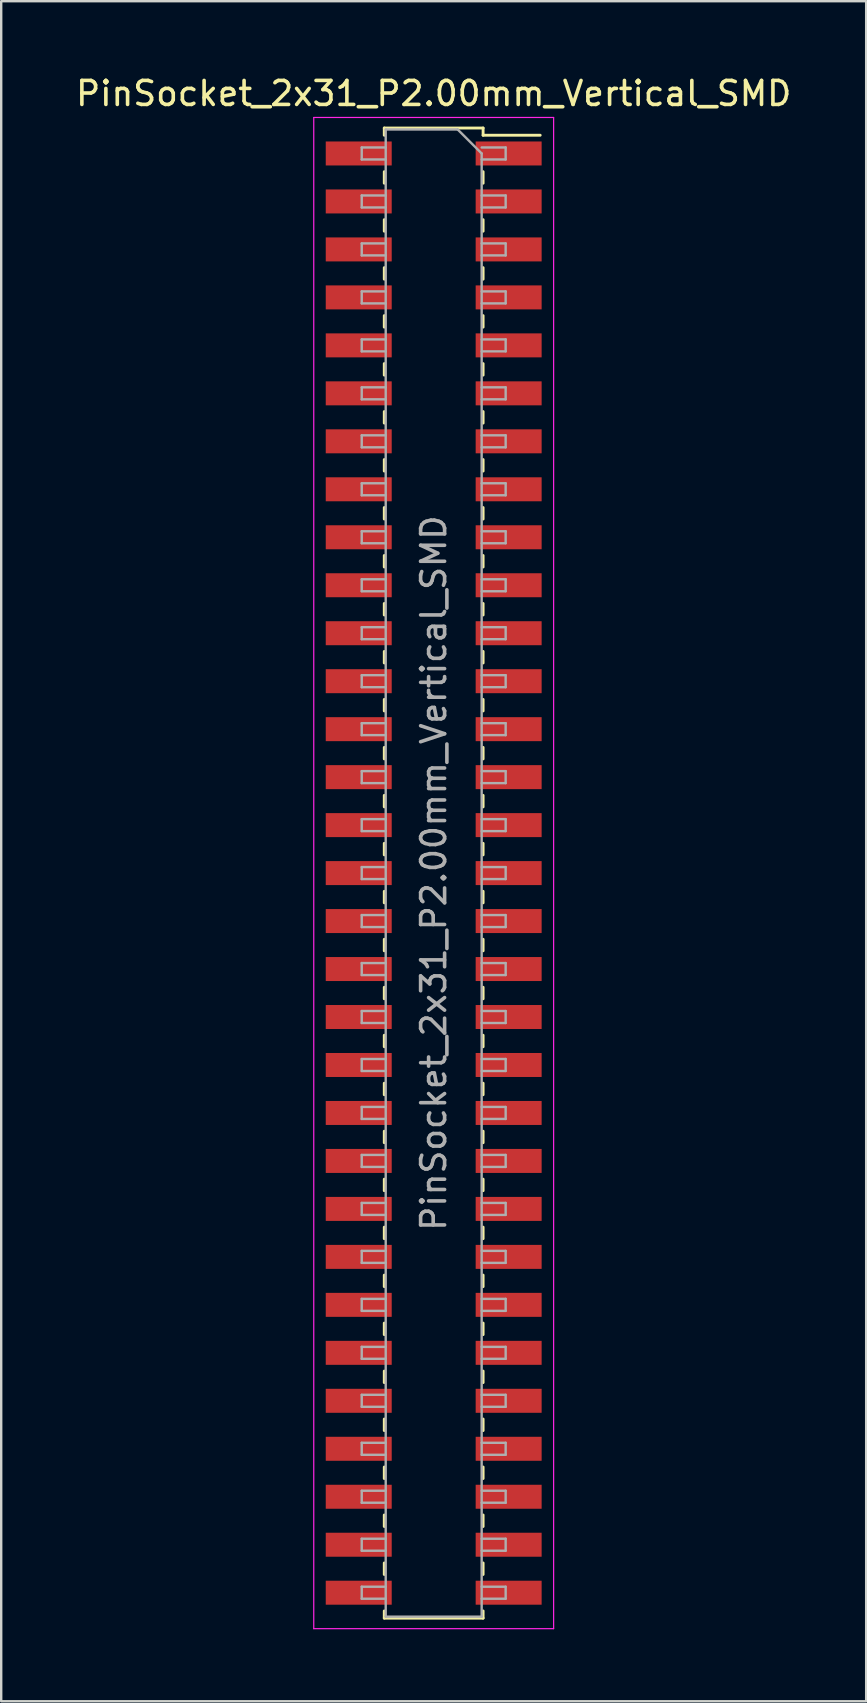
<source format=kicad_pcb>
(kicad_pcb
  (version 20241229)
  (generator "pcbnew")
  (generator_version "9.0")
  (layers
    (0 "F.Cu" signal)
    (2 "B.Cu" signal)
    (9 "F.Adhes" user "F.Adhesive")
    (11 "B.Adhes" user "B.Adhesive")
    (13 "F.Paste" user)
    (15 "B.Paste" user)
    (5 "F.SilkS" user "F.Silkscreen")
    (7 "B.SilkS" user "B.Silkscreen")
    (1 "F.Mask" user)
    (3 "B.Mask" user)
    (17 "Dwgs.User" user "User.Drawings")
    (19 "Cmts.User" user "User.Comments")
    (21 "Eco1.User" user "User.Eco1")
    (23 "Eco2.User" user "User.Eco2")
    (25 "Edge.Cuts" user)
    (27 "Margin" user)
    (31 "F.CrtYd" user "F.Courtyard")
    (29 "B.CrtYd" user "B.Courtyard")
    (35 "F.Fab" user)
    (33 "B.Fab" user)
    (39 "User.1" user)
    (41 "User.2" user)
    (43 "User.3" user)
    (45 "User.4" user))
  (footprint "PinSocket_2x31_P2.00mm_Vertical_SMD"
    (layer "F.Cu")
    (at 15.03 33.348)
    (property "Reference" "PinSocket_2x31_P2.00mm_Vertical_SMD" (at 0 -32.5 0) (layer "F.SilkS") (effects (font (size 1 1) (thickness 0.15))))
    (attr smd)
    (fp_line (start -2.06 -31.06) (end -2.06 -30.76) (stroke (width 0.12) (type solid)) (layer "F.SilkS"))
    (fp_line (start -2.06 -31.06) (end 2.06 -31.06) (stroke (width 0.12) (type solid)) (layer "F.SilkS"))
    (fp_line (start -2.06 -29.24) (end -2.06 -28.76) (stroke (width 0.12) (type solid)) (layer "F.SilkS"))
    (fp_line (start -2.06 -27.24) (end -2.06 -26.76) (stroke (width 0.12) (type solid)) (layer "F.SilkS"))
    (fp_line (start -2.06 -25.24) (end -2.06 -24.76) (stroke (width 0.12) (type solid)) (layer "F.SilkS"))
    (fp_line (start -2.06 -23.24) (end -2.06 -22.76) (stroke (width 0.12) (type solid)) (layer "F.SilkS"))
    (fp_line (start -2.06 -21.24) (end -2.06 -20.76) (stroke (width 0.12) (type solid)) (layer "F.SilkS"))
    (fp_line (start -2.06 -19.24) (end -2.06 -18.76) (stroke (width 0.12) (type solid)) (layer "F.SilkS"))
    (fp_line (start -2.06 -17.24) (end -2.06 -16.76) (stroke (width 0.12) (type solid)) (layer "F.SilkS"))
    (fp_line (start -2.06 -15.24) (end -2.06 -14.76) (stroke (width 0.12) (type solid)) (layer "F.SilkS"))
    (fp_line (start -2.06 -13.24) (end -2.06 -12.76) (stroke (width 0.12) (type solid)) (layer "F.SilkS"))
    (fp_line (start -2.06 -11.24) (end -2.06 -10.76) (stroke (width 0.12) (type solid)) (layer "F.SilkS"))
    (fp_line (start -2.06 -9.24) (end -2.06 -8.76) (stroke (width 0.12) (type solid)) (layer "F.SilkS"))
    (fp_line (start -2.06 -7.24) (end -2.06 -6.76) (stroke (width 0.12) (type solid)) (layer "F.SilkS"))
    (fp_line (start -2.06 -5.24) (end -2.06 -4.76) (stroke (width 0.12) (type solid)) (layer "F.SilkS"))
    (fp_line (start -2.06 -3.24) (end -2.06 -2.76) (stroke (width 0.12) (type solid)) (layer "F.SilkS"))
    (fp_line (start -2.06 -1.24) (end -2.06 -0.76) (stroke (width 0.12) (type solid)) (layer "F.SilkS"))
    (fp_line (start -2.06 0.76) (end -2.06 1.24) (stroke (width 0.12) (type solid)) (layer "F.SilkS"))
    (fp_line (start -2.06 2.76) (end -2.06 3.24) (stroke (width 0.12) (type solid)) (layer "F.SilkS"))
    (fp_line (start -2.06 4.76) (end -2.06 5.24) (stroke (width 0.12) (type solid)) (layer "F.SilkS"))
    (fp_line (start -2.06 6.76) (end -2.06 7.24) (stroke (width 0.12) (type solid)) (layer "F.SilkS"))
    (fp_line (start -2.06 8.76) (end -2.06 9.24) (stroke (width 0.12) (type solid)) (layer "F.SilkS"))
    (fp_line (start -2.06 10.76) (end -2.06 11.24) (stroke (width 0.12) (type solid)) (layer "F.SilkS"))
    (fp_line (start -2.06 12.76) (end -2.06 13.24) (stroke (width 0.12) (type solid)) (layer "F.SilkS"))
    (fp_line (start -2.06 14.76) (end -2.06 15.24) (stroke (width 0.12) (type solid)) (layer "F.SilkS"))
    (fp_line (start -2.06 16.76) (end -2.06 17.24) (stroke (width 0.12) (type solid)) (layer "F.SilkS"))
    (fp_line (start -2.06 18.76) (end -2.06 19.24) (stroke (width 0.12) (type solid)) (layer "F.SilkS"))
    (fp_line (start -2.06 20.76) (end -2.06 21.24) (stroke (width 0.12) (type solid)) (layer "F.SilkS"))
    (fp_line (start -2.06 22.76) (end -2.06 23.24) (stroke (width 0.12) (type solid)) (layer "F.SilkS"))
    (fp_line (start -2.06 24.76) (end -2.06 25.24) (stroke (width 0.12) (type solid)) (layer "F.SilkS"))
    (fp_line (start -2.06 26.76) (end -2.06 27.24) (stroke (width 0.12) (type solid)) (layer "F.SilkS"))
    (fp_line (start -2.06 28.76) (end -2.06 29.24) (stroke (width 0.12) (type solid)) (layer "F.SilkS"))
    (fp_line (start -2.06 30.76) (end -2.06 31.06) (stroke (width 0.12) (type solid)) (layer "F.SilkS"))
    (fp_line (start -2.06 31.06) (end 2.06 31.06) (stroke (width 0.12) (type solid)) (layer "F.SilkS"))
    (fp_line (start 2.06 -31.06) (end 2.06 -30.76) (stroke (width 0.12) (type solid)) (layer "F.SilkS"))
    (fp_line (start 2.06 -30.76) (end 4.44 -30.76) (stroke (width 0.12) (type solid)) (layer "F.SilkS"))
    (fp_line (start 2.06 -29.24) (end 2.06 -28.76) (stroke (width 0.12) (type solid)) (layer "F.SilkS"))
    (fp_line (start 2.06 -27.24) (end 2.06 -26.76) (stroke (width 0.12) (type solid)) (layer "F.SilkS"))
    (fp_line (start 2.06 -25.24) (end 2.06 -24.76) (stroke (width 0.12) (type solid)) (layer "F.SilkS"))
    (fp_line (start 2.06 -23.24) (end 2.06 -22.76) (stroke (width 0.12) (type solid)) (layer "F.SilkS"))
    (fp_line (start 2.06 -21.24) (end 2.06 -20.76) (stroke (width 0.12) (type solid)) (layer "F.SilkS"))
    (fp_line (start 2.06 -19.24) (end 2.06 -18.76) (stroke (width 0.12) (type solid)) (layer "F.SilkS"))
    (fp_line (start 2.06 -17.24) (end 2.06 -16.76) (stroke (width 0.12) (type solid)) (layer "F.SilkS"))
    (fp_line (start 2.06 -15.24) (end 2.06 -14.76) (stroke (width 0.12) (type solid)) (layer "F.SilkS"))
    (fp_line (start 2.06 -13.24) (end 2.06 -12.76) (stroke (width 0.12) (type solid)) (layer "F.SilkS"))
    (fp_line (start 2.06 -11.24) (end 2.06 -10.76) (stroke (width 0.12) (type solid)) (layer "F.SilkS"))
    (fp_line (start 2.06 -9.24) (end 2.06 -8.76) (stroke (width 0.12) (type solid)) (layer "F.SilkS"))
    (fp_line (start 2.06 -7.24) (end 2.06 -6.76) (stroke (width 0.12) (type solid)) (layer "F.SilkS"))
    (fp_line (start 2.06 -5.24) (end 2.06 -4.76) (stroke (width 0.12) (type solid)) (layer "F.SilkS"))
    (fp_line (start 2.06 -3.24) (end 2.06 -2.76) (stroke (width 0.12) (type solid)) (layer "F.SilkS"))
    (fp_line (start 2.06 -1.24) (end 2.06 -0.76) (stroke (width 0.12) (type solid)) (layer "F.SilkS"))
    (fp_line (start 2.06 0.76) (end 2.06 1.24) (stroke (width 0.12) (type solid)) (layer "F.SilkS"))
    (fp_line (start 2.06 2.76) (end 2.06 3.24) (stroke (width 0.12) (type solid)) (layer "F.SilkS"))
    (fp_line (start 2.06 4.76) (end 2.06 5.24) (stroke (width 0.12) (type solid)) (layer "F.SilkS"))
    (fp_line (start 2.06 6.76) (end 2.06 7.24) (stroke (width 0.12) (type solid)) (layer "F.SilkS"))
    (fp_line (start 2.06 8.76) (end 2.06 9.24) (stroke (width 0.12) (type solid)) (layer "F.SilkS"))
    (fp_line (start 2.06 10.76) (end 2.06 11.24) (stroke (width 0.12) (type solid)) (layer "F.SilkS"))
    (fp_line (start 2.06 12.76) (end 2.06 13.24) (stroke (width 0.12) (type solid)) (layer "F.SilkS"))
    (fp_line (start 2.06 14.76) (end 2.06 15.24) (stroke (width 0.12) (type solid)) (layer "F.SilkS"))
    (fp_line (start 2.06 16.76) (end 2.06 17.24) (stroke (width 0.12) (type solid)) (layer "F.SilkS"))
    (fp_line (start 2.06 18.76) (end 2.06 19.24) (stroke (width 0.12) (type solid)) (layer "F.SilkS"))
    (fp_line (start 2.06 20.76) (end 2.06 21.24) (stroke (width 0.12) (type solid)) (layer "F.SilkS"))
    (fp_line (start 2.06 22.76) (end 2.06 23.24) (stroke (width 0.12) (type solid)) (layer "F.SilkS"))
    (fp_line (start 2.06 24.76) (end 2.06 25.24) (stroke (width 0.12) (type solid)) (layer "F.SilkS"))
    (fp_line (start 2.06 26.76) (end 2.06 27.24) (stroke (width 0.12) (type solid)) (layer "F.SilkS"))
    (fp_line (start 2.06 28.76) (end 2.06 29.24) (stroke (width 0.12) (type solid)) (layer "F.SilkS"))
    (fp_line (start 2.06 30.76) (end 2.06 31.06) (stroke (width 0.12) (type solid)) (layer "F.SilkS"))
    (fp_line (start -5 -31.5) (end 5 -31.5) (stroke (width 0.05) (type solid)) (layer "F.CrtYd"))
    (fp_line (start -5 31.5) (end -5 -31.5) (stroke (width 0.05) (type solid)) (layer "F.CrtYd"))
    (fp_line (start 5 -31.5) (end 5 31.5) (stroke (width 0.05) (type solid)) (layer "F.CrtYd"))
    (fp_line (start 5 31.5) (end -5 31.5) (stroke (width 0.05) (type solid)) (layer "F.CrtYd"))
    (fp_line (start -3 -30.25) (end -2 -30.25) (stroke (width 0.1) (type solid)) (layer "F.Fab"))
    (fp_line (start -3 -29.75) (end -3 -30.25) (stroke (width 0.1) (type solid)) (layer "F.Fab"))
    (fp_line (start -3 -28.25) (end -2 -28.25) (stroke (width 0.1) (type solid)) (layer "F.Fab"))
    (fp_line (start -3 -27.75) (end -3 -28.25) (stroke (width 0.1) (type solid)) (layer "F.Fab"))
    (fp_line (start -3 -26.25) (end -2 -26.25) (stroke (width 0.1) (type solid)) (layer "F.Fab"))
    (fp_line (start -3 -25.75) (end -3 -26.25) (stroke (width 0.1) (type solid)) (layer "F.Fab"))
    (fp_line (start -3 -24.25) (end -2 -24.25) (stroke (width 0.1) (type solid)) (layer "F.Fab"))
    (fp_line (start -3 -23.75) (end -3 -24.25) (stroke (width 0.1) (type solid)) (layer "F.Fab"))
    (fp_line (start -3 -22.25) (end -2 -22.25) (stroke (width 0.1) (type solid)) (layer "F.Fab"))
    (fp_line (start -3 -21.75) (end -3 -22.25) (stroke (width 0.1) (type solid)) (layer "F.Fab"))
    (fp_line (start -3 -20.25) (end -2 -20.25) (stroke (width 0.1) (type solid)) (layer "F.Fab"))
    (fp_line (start -3 -19.75) (end -3 -20.25) (stroke (width 0.1) (type solid)) (layer "F.Fab"))
    (fp_line (start -3 -18.25) (end -2 -18.25) (stroke (width 0.1) (type solid)) (layer "F.Fab"))
    (fp_line (start -3 -17.75) (end -3 -18.25) (stroke (width 0.1) (type solid)) (layer "F.Fab"))
    (fp_line (start -3 -16.25) (end -2 -16.25) (stroke (width 0.1) (type solid)) (layer "F.Fab"))
    (fp_line (start -3 -15.75) (end -3 -16.25) (stroke (width 0.1) (type solid)) (layer "F.Fab"))
    (fp_line (start -3 -14.25) (end -2 -14.25) (stroke (width 0.1) (type solid)) (layer "F.Fab"))
    (fp_line (start -3 -13.75) (end -3 -14.25) (stroke (width 0.1) (type solid)) (layer "F.Fab"))
    (fp_line (start -3 -12.25) (end -2 -12.25) (stroke (width 0.1) (type solid)) (layer "F.Fab"))
    (fp_line (start -3 -11.75) (end -3 -12.25) (stroke (width 0.1) (type solid)) (layer "F.Fab"))
    (fp_line (start -3 -10.25) (end -2 -10.25) (stroke (width 0.1) (type solid)) (layer "F.Fab"))
    (fp_line (start -3 -9.75) (end -3 -10.25) (stroke (width 0.1) (type solid)) (layer "F.Fab"))
    (fp_line (start -3 -8.25) (end -2 -8.25) (stroke (width 0.1) (type solid)) (layer "F.Fab"))
    (fp_line (start -3 -7.75) (end -3 -8.25) (stroke (width 0.1) (type solid)) (layer "F.Fab"))
    (fp_line (start -3 -6.25) (end -2 -6.25) (stroke (width 0.1) (type solid)) (layer "F.Fab"))
    (fp_line (start -3 -5.75) (end -3 -6.25) (stroke (width 0.1) (type solid)) (layer "F.Fab"))
    (fp_line (start -3 -4.25) (end -2 -4.25) (stroke (width 0.1) (type solid)) (layer "F.Fab"))
    (fp_line (start -3 -3.75) (end -3 -4.25) (stroke (width 0.1) (type solid)) (layer "F.Fab"))
    (fp_line (start -3 -2.25) (end -2 -2.25) (stroke (width 0.1) (type solid)) (layer "F.Fab"))
    (fp_line (start -3 -1.75) (end -3 -2.25) (stroke (width 0.1) (type solid)) (layer "F.Fab"))
    (fp_line (start -3 -0.25) (end -2 -0.25) (stroke (width 0.1) (type solid)) (layer "F.Fab"))
    (fp_line (start -3 0.25) (end -3 -0.25) (stroke (width 0.1) (type solid)) (layer "F.Fab"))
    (fp_line (start -3 1.75) (end -2 1.75) (stroke (width 0.1) (type solid)) (layer "F.Fab"))
    (fp_line (start -3 2.25) (end -3 1.75) (stroke (width 0.1) (type solid)) (layer "F.Fab"))
    (fp_line (start -3 3.75) (end -2 3.75) (stroke (width 0.1) (type solid)) (layer "F.Fab"))
    (fp_line (start -3 4.25) (end -3 3.75) (stroke (width 0.1) (type solid)) (layer "F.Fab"))
    (fp_line (start -3 5.75) (end -2 5.75) (stroke (width 0.1) (type solid)) (layer "F.Fab"))
    (fp_line (start -3 6.25) (end -3 5.75) (stroke (width 0.1) (type solid)) (layer "F.Fab"))
    (fp_line (start -3 7.75) (end -2 7.75) (stroke (width 0.1) (type solid)) (layer "F.Fab"))
    (fp_line (start -3 8.25) (end -3 7.75) (stroke (width 0.1) (type solid)) (layer "F.Fab"))
    (fp_line (start -3 9.75) (end -2 9.75) (stroke (width 0.1) (type solid)) (layer "F.Fab"))
    (fp_line (start -3 10.25) (end -3 9.75) (stroke (width 0.1) (type solid)) (layer "F.Fab"))
    (fp_line (start -3 11.75) (end -2 11.75) (stroke (width 0.1) (type solid)) (layer "F.Fab"))
    (fp_line (start -3 12.25) (end -3 11.75) (stroke (width 0.1) (type solid)) (layer "F.Fab"))
    (fp_line (start -3 13.75) (end -2 13.75) (stroke (width 0.1) (type solid)) (layer "F.Fab"))
    (fp_line (start -3 14.25) (end -3 13.75) (stroke (width 0.1) (type solid)) (layer "F.Fab"))
    (fp_line (start -3 15.75) (end -2 15.75) (stroke (width 0.1) (type solid)) (layer "F.Fab"))
    (fp_line (start -3 16.25) (end -3 15.75) (stroke (width 0.1) (type solid)) (layer "F.Fab"))
    (fp_line (start -3 17.75) (end -2 17.75) (stroke (width 0.1) (type solid)) (layer "F.Fab"))
    (fp_line (start -3 18.25) (end -3 17.75) (stroke (width 0.1) (type solid)) (layer "F.Fab"))
    (fp_line (start -3 19.75) (end -2 19.75) (stroke (width 0.1) (type solid)) (layer "F.Fab"))
    (fp_line (start -3 20.25) (end -3 19.75) (stroke (width 0.1) (type solid)) (layer "F.Fab"))
    (fp_line (start -3 21.75) (end -2 21.75) (stroke (width 0.1) (type solid)) (layer "F.Fab"))
    (fp_line (start -3 22.25) (end -3 21.75) (stroke (width 0.1) (type solid)) (layer "F.Fab"))
    (fp_line (start -3 23.75) (end -2 23.75) (stroke (width 0.1) (type solid)) (layer "F.Fab"))
    (fp_line (start -3 24.25) (end -3 23.75) (stroke (width 0.1) (type solid)) (layer "F.Fab"))
    (fp_line (start -3 25.75) (end -2 25.75) (stroke (width 0.1) (type solid)) (layer "F.Fab"))
    (fp_line (start -3 26.25) (end -3 25.75) (stroke (width 0.1) (type solid)) (layer "F.Fab"))
    (fp_line (start -3 27.75) (end -2 27.75) (stroke (width 0.1) (type solid)) (layer "F.Fab"))
    (fp_line (start -3 28.25) (end -3 27.75) (stroke (width 0.1) (type solid)) (layer "F.Fab"))
    (fp_line (start -3 29.75) (end -2 29.75) (stroke (width 0.1) (type solid)) (layer "F.Fab"))
    (fp_line (start -3 30.25) (end -3 29.75) (stroke (width 0.1) (type solid)) (layer "F.Fab"))
    (fp_line (start -2 -31) (end 1 -31) (stroke (width 0.1) (type solid)) (layer "F.Fab"))
    (fp_line (start -2 -29.75) (end -3 -29.75) (stroke (width 0.1) (type solid)) (layer "F.Fab"))
    (fp_line (start -2 -27.75) (end -3 -27.75) (stroke (width 0.1) (type solid)) (layer "F.Fab"))
    (fp_line (start -2 -25.75) (end -3 -25.75) (stroke (width 0.1) (type solid)) (layer "F.Fab"))
    (fp_line (start -2 -23.75) (end -3 -23.75) (stroke (width 0.1) (type solid)) (layer "F.Fab"))
    (fp_line (start -2 -21.75) (end -3 -21.75) (stroke (width 0.1) (type solid)) (layer "F.Fab"))
    (fp_line (start -2 -19.75) (end -3 -19.75) (stroke (width 0.1) (type solid)) (layer "F.Fab"))
    (fp_line (start -2 -17.75) (end -3 -17.75) (stroke (width 0.1) (type solid)) (layer "F.Fab"))
    (fp_line (start -2 -15.75) (end -3 -15.75) (stroke (width 0.1) (type solid)) (layer "F.Fab"))
    (fp_line (start -2 -13.75) (end -3 -13.75) (stroke (width 0.1) (type solid)) (layer "F.Fab"))
    (fp_line (start -2 -11.75) (end -3 -11.75) (stroke (width 0.1) (type solid)) (layer "F.Fab"))
    (fp_line (start -2 -9.75) (end -3 -9.75) (stroke (width 0.1) (type solid)) (layer "F.Fab"))
    (fp_line (start -2 -7.75) (end -3 -7.75) (stroke (width 0.1) (type solid)) (layer "F.Fab"))
    (fp_line (start -2 -5.75) (end -3 -5.75) (stroke (width 0.1) (type solid)) (layer "F.Fab"))
    (fp_line (start -2 -3.75) (end -3 -3.75) (stroke (width 0.1) (type solid)) (layer "F.Fab"))
    (fp_line (start -2 -1.75) (end -3 -1.75) (stroke (width 0.1) (type solid)) (layer "F.Fab"))
    (fp_line (start -2 0.25) (end -3 0.25) (stroke (width 0.1) (type solid)) (layer "F.Fab"))
    (fp_line (start -2 2.25) (end -3 2.25) (stroke (width 0.1) (type solid)) (layer "F.Fab"))
    (fp_line (start -2 4.25) (end -3 4.25) (stroke (width 0.1) (type solid)) (layer "F.Fab"))
    (fp_line (start -2 6.25) (end -3 6.25) (stroke (width 0.1) (type solid)) (layer "F.Fab"))
    (fp_line (start -2 8.25) (end -3 8.25) (stroke (width 0.1) (type solid)) (layer "F.Fab"))
    (fp_line (start -2 10.25) (end -3 10.25) (stroke (width 0.1) (type solid)) (layer "F.Fab"))
    (fp_line (start -2 12.25) (end -3 12.25) (stroke (width 0.1) (type solid)) (layer "F.Fab"))
    (fp_line (start -2 14.25) (end -3 14.25) (stroke (width 0.1) (type solid)) (layer "F.Fab"))
    (fp_line (start -2 16.25) (end -3 16.25) (stroke (width 0.1) (type solid)) (layer "F.Fab"))
    (fp_line (start -2 18.25) (end -3 18.25) (stroke (width 0.1) (type solid)) (layer "F.Fab"))
    (fp_line (start -2 20.25) (end -3 20.25) (stroke (width 0.1) (type solid)) (layer "F.Fab"))
    (fp_line (start -2 22.25) (end -3 22.25) (stroke (width 0.1) (type solid)) (layer "F.Fab"))
    (fp_line (start -2 24.25) (end -3 24.25) (stroke (width 0.1) (type solid)) (layer "F.Fab"))
    (fp_line (start -2 26.25) (end -3 26.25) (stroke (width 0.1) (type solid)) (layer "F.Fab"))
    (fp_line (start -2 28.25) (end -3 28.25) (stroke (width 0.1) (type solid)) (layer "F.Fab"))
    (fp_line (start -2 30.25) (end -3 30.25) (stroke (width 0.1) (type solid)) (layer "F.Fab"))
    (fp_line (start -2 31) (end -2 -31) (stroke (width 0.1) (type solid)) (layer "F.Fab"))
    (fp_line (start 1 -31) (end 2 -30) (stroke (width 0.1) (type solid)) (layer "F.Fab"))
    (fp_line (start 2 -30.25) (end 3 -30.25) (stroke (width 0.1) (type solid)) (layer "F.Fab"))
    (fp_line (start 2 -30) (end 2 31) (stroke (width 0.1) (type solid)) (layer "F.Fab"))
    (fp_line (start 2 -28.25) (end 3 -28.25) (stroke (width 0.1) (type solid)) (layer "F.Fab"))
    (fp_line (start 2 -26.25) (end 3 -26.25) (stroke (width 0.1) (type solid)) (layer "F.Fab"))
    (fp_line (start 2 -24.25) (end 3 -24.25) (stroke (width 0.1) (type solid)) (layer "F.Fab"))
    (fp_line (start 2 -22.25) (end 3 -22.25) (stroke (width 0.1) (type solid)) (layer "F.Fab"))
    (fp_line (start 2 -20.25) (end 3 -20.25) (stroke (width 0.1) (type solid)) (layer "F.Fab"))
    (fp_line (start 2 -18.25) (end 3 -18.25) (stroke (width 0.1) (type solid)) (layer "F.Fab"))
    (fp_line (start 2 -16.25) (end 3 -16.25) (stroke (width 0.1) (type solid)) (layer "F.Fab"))
    (fp_line (start 2 -14.25) (end 3 -14.25) (stroke (width 0.1) (type solid)) (layer "F.Fab"))
    (fp_line (start 2 -12.25) (end 3 -12.25) (stroke (width 0.1) (type solid)) (layer "F.Fab"))
    (fp_line (start 2 -10.25) (end 3 -10.25) (stroke (width 0.1) (type solid)) (layer "F.Fab"))
    (fp_line (start 2 -8.25) (end 3 -8.25) (stroke (width 0.1) (type solid)) (layer "F.Fab"))
    (fp_line (start 2 -6.25) (end 3 -6.25) (stroke (width 0.1) (type solid)) (layer "F.Fab"))
    (fp_line (start 2 -4.25) (end 3 -4.25) (stroke (width 0.1) (type solid)) (layer "F.Fab"))
    (fp_line (start 2 -2.25) (end 3 -2.25) (stroke (width 0.1) (type solid)) (layer "F.Fab"))
    (fp_line (start 2 -0.25) (end 3 -0.25) (stroke (width 0.1) (type solid)) (layer "F.Fab"))
    (fp_line (start 2 1.75) (end 3 1.75) (stroke (width 0.1) (type solid)) (layer "F.Fab"))
    (fp_line (start 2 3.75) (end 3 3.75) (stroke (width 0.1) (type solid)) (layer "F.Fab"))
    (fp_line (start 2 5.75) (end 3 5.75) (stroke (width 0.1) (type solid)) (layer "F.Fab"))
    (fp_line (start 2 7.75) (end 3 7.75) (stroke (width 0.1) (type solid)) (layer "F.Fab"))
    (fp_line (start 2 9.75) (end 3 9.75) (stroke (width 0.1) (type solid)) (layer "F.Fab"))
    (fp_line (start 2 11.75) (end 3 11.75) (stroke (width 0.1) (type solid)) (layer "F.Fab"))
    (fp_line (start 2 13.75) (end 3 13.75) (stroke (width 0.1) (type solid)) (layer "F.Fab"))
    (fp_line (start 2 15.75) (end 3 15.75) (stroke (width 0.1) (type solid)) (layer "F.Fab"))
    (fp_line (start 2 17.75) (end 3 17.75) (stroke (width 0.1) (type solid)) (layer "F.Fab"))
    (fp_line (start 2 19.75) (end 3 19.75) (stroke (width 0.1) (type solid)) (layer "F.Fab"))
    (fp_line (start 2 21.75) (end 3 21.75) (stroke (width 0.1) (type solid)) (layer "F.Fab"))
    (fp_line (start 2 23.75) (end 3 23.75) (stroke (width 0.1) (type solid)) (layer "F.Fab"))
    (fp_line (start 2 25.75) (end 3 25.75) (stroke (width 0.1) (type solid)) (layer "F.Fab"))
    (fp_line (start 2 27.75) (end 3 27.75) (stroke (width 0.1) (type solid)) (layer "F.Fab"))
    (fp_line (start 2 29.75) (end 3 29.75) (stroke (width 0.1) (type solid)) (layer "F.Fab"))
    (fp_line (start 2 31) (end -2 31) (stroke (width 0.1) (type solid)) (layer "F.Fab"))
    (fp_line (start 3 -30.25) (end 3 -29.75) (stroke (width 0.1) (type solid)) (layer "F.Fab"))
    (fp_line (start 3 -29.75) (end 2 -29.75) (stroke (width 0.1) (type solid)) (layer "F.Fab"))
    (fp_line (start 3 -28.25) (end 3 -27.75) (stroke (width 0.1) (type solid)) (layer "F.Fab"))
    (fp_line (start 3 -27.75) (end 2 -27.75) (stroke (width 0.1) (type solid)) (layer "F.Fab"))
    (fp_line (start 3 -26.25) (end 3 -25.75) (stroke (width 0.1) (type solid)) (layer "F.Fab"))
    (fp_line (start 3 -25.75) (end 2 -25.75) (stroke (width 0.1) (type solid)) (layer "F.Fab"))
    (fp_line (start 3 -24.25) (end 3 -23.75) (stroke (width 0.1) (type solid)) (layer "F.Fab"))
    (fp_line (start 3 -23.75) (end 2 -23.75) (stroke (width 0.1) (type solid)) (layer "F.Fab"))
    (fp_line (start 3 -22.25) (end 3 -21.75) (stroke (width 0.1) (type solid)) (layer "F.Fab"))
    (fp_line (start 3 -21.75) (end 2 -21.75) (stroke (width 0.1) (type solid)) (layer "F.Fab"))
    (fp_line (start 3 -20.25) (end 3 -19.75) (stroke (width 0.1) (type solid)) (layer "F.Fab"))
    (fp_line (start 3 -19.75) (end 2 -19.75) (stroke (width 0.1) (type solid)) (layer "F.Fab"))
    (fp_line (start 3 -18.25) (end 3 -17.75) (stroke (width 0.1) (type solid)) (layer "F.Fab"))
    (fp_line (start 3 -17.75) (end 2 -17.75) (stroke (width 0.1) (type solid)) (layer "F.Fab"))
    (fp_line (start 3 -16.25) (end 3 -15.75) (stroke (width 0.1) (type solid)) (layer "F.Fab"))
    (fp_line (start 3 -15.75) (end 2 -15.75) (stroke (width 0.1) (type solid)) (layer "F.Fab"))
    (fp_line (start 3 -14.25) (end 3 -13.75) (stroke (width 0.1) (type solid)) (layer "F.Fab"))
    (fp_line (start 3 -13.75) (end 2 -13.75) (stroke (width 0.1) (type solid)) (layer "F.Fab"))
    (fp_line (start 3 -12.25) (end 3 -11.75) (stroke (width 0.1) (type solid)) (layer "F.Fab"))
    (fp_line (start 3 -11.75) (end 2 -11.75) (stroke (width 0.1) (type solid)) (layer "F.Fab"))
    (fp_line (start 3 -10.25) (end 3 -9.75) (stroke (width 0.1) (type solid)) (layer "F.Fab"))
    (fp_line (start 3 -9.75) (end 2 -9.75) (stroke (width 0.1) (type solid)) (layer "F.Fab"))
    (fp_line (start 3 -8.25) (end 3 -7.75) (stroke (width 0.1) (type solid)) (layer "F.Fab"))
    (fp_line (start 3 -7.75) (end 2 -7.75) (stroke (width 0.1) (type solid)) (layer "F.Fab"))
    (fp_line (start 3 -6.25) (end 3 -5.75) (stroke (width 0.1) (type solid)) (layer "F.Fab"))
    (fp_line (start 3 -5.75) (end 2 -5.75) (stroke (width 0.1) (type solid)) (layer "F.Fab"))
    (fp_line (start 3 -4.25) (end 3 -3.75) (stroke (width 0.1) (type solid)) (layer "F.Fab"))
    (fp_line (start 3 -3.75) (end 2 -3.75) (stroke (width 0.1) (type solid)) (layer "F.Fab"))
    (fp_line (start 3 -2.25) (end 3 -1.75) (stroke (width 0.1) (type solid)) (layer "F.Fab"))
    (fp_line (start 3 -1.75) (end 2 -1.75) (stroke (width 0.1) (type solid)) (layer "F.Fab"))
    (fp_line (start 3 -0.25) (end 3 0.25) (stroke (width 0.1) (type solid)) (layer "F.Fab"))
    (fp_line (start 3 0.25) (end 2 0.25) (stroke (width 0.1) (type solid)) (layer "F.Fab"))
    (fp_line (start 3 1.75) (end 3 2.25) (stroke (width 0.1) (type solid)) (layer "F.Fab"))
    (fp_line (start 3 2.25) (end 2 2.25) (stroke (width 0.1) (type solid)) (layer "F.Fab"))
    (fp_line (start 3 3.75) (end 3 4.25) (stroke (width 0.1) (type solid)) (layer "F.Fab"))
    (fp_line (start 3 4.25) (end 2 4.25) (stroke (width 0.1) (type solid)) (layer "F.Fab"))
    (fp_line (start 3 5.75) (end 3 6.25) (stroke (width 0.1) (type solid)) (layer "F.Fab"))
    (fp_line (start 3 6.25) (end 2 6.25) (stroke (width 0.1) (type solid)) (layer "F.Fab"))
    (fp_line (start 3 7.75) (end 3 8.25) (stroke (width 0.1) (type solid)) (layer "F.Fab"))
    (fp_line (start 3 8.25) (end 2 8.25) (stroke (width 0.1) (type solid)) (layer "F.Fab"))
    (fp_line (start 3 9.75) (end 3 10.25) (stroke (width 0.1) (type solid)) (layer "F.Fab"))
    (fp_line (start 3 10.25) (end 2 10.25) (stroke (width 0.1) (type solid)) (layer "F.Fab"))
    (fp_line (start 3 11.75) (end 3 12.25) (stroke (width 0.1) (type solid)) (layer "F.Fab"))
    (fp_line (start 3 12.25) (end 2 12.25) (stroke (width 0.1) (type solid)) (layer "F.Fab"))
    (fp_line (start 3 13.75) (end 3 14.25) (stroke (width 0.1) (type solid)) (layer "F.Fab"))
    (fp_line (start 3 14.25) (end 2 14.25) (stroke (width 0.1) (type solid)) (layer "F.Fab"))
    (fp_line (start 3 15.75) (end 3 16.25) (stroke (width 0.1) (type solid)) (layer "F.Fab"))
    (fp_line (start 3 16.25) (end 2 16.25) (stroke (width 0.1) (type solid)) (layer "F.Fab"))
    (fp_line (start 3 17.75) (end 3 18.25) (stroke (width 0.1) (type solid)) (layer "F.Fab"))
    (fp_line (start 3 18.25) (end 2 18.25) (stroke (width 0.1) (type solid)) (layer "F.Fab"))
    (fp_line (start 3 19.75) (end 3 20.25) (stroke (width 0.1) (type solid)) (layer "F.Fab"))
    (fp_line (start 3 20.25) (end 2 20.25) (stroke (width 0.1) (type solid)) (layer "F.Fab"))
    (fp_line (start 3 21.75) (end 3 22.25) (stroke (width 0.1) (type solid)) (layer "F.Fab"))
    (fp_line (start 3 22.25) (end 2 22.25) (stroke (width 0.1) (type solid)) (layer "F.Fab"))
    (fp_line (start 3 23.75) (end 3 24.25) (stroke (width 0.1) (type solid)) (layer "F.Fab"))
    (fp_line (start 3 24.25) (end 2 24.25) (stroke (width 0.1) (type solid)) (layer "F.Fab"))
    (fp_line (start 3 25.75) (end 3 26.25) (stroke (width 0.1) (type solid)) (layer "F.Fab"))
    (fp_line (start 3 26.25) (end 2 26.25) (stroke (width 0.1) (type solid)) (layer "F.Fab"))
    (fp_line (start 3 27.75) (end 3 28.25) (stroke (width 0.1) (type solid)) (layer "F.Fab"))
    (fp_line (start 3 28.25) (end 2 28.25) (stroke (width 0.1) (type solid)) (layer "F.Fab"))
    (fp_line (start 3 29.75) (end 3 30.25) (stroke (width 0.1) (type solid)) (layer "F.Fab"))
    (fp_line (start 3 30.25) (end 2 30.25) (stroke (width 0.1) (type solid)) (layer "F.Fab"))
    (fp_text user "${REFERENCE}" (at 0 0 90) (layer "F.Fab") (effects (font (size 1 1) (thickness 0.15))))
    (pad "1" smd rect (at 3.125 -30) (size 2.75 1) (layers "F.Cu" "F.Mask" "F.Paste"))
    (pad "2" smd rect (at -3.125 -30) (size 2.75 1) (layers "F.Cu" "F.Mask" "F.Paste"))
    (pad "3" smd rect (at 3.125 -28) (size 2.75 1) (layers "F.Cu" "F.Mask" "F.Paste"))
    (pad "4" smd rect (at -3.125 -28) (size 2.75 1) (layers "F.Cu" "F.Mask" "F.Paste"))
    (pad "5" smd rect (at 3.125 -26) (size 2.75 1) (layers "F.Cu" "F.Mask" "F.Paste"))
    (pad "6" smd rect (at -3.125 -26) (size 2.75 1) (layers "F.Cu" "F.Mask" "F.Paste"))
    (pad "7" smd rect (at 3.125 -24) (size 2.75 1) (layers "F.Cu" "F.Mask" "F.Paste"))
    (pad "8" smd rect (at -3.125 -24) (size 2.75 1) (layers "F.Cu" "F.Mask" "F.Paste"))
    (pad "9" smd rect (at 3.125 -22) (size 2.75 1) (layers "F.Cu" "F.Mask" "F.Paste"))
    (pad "10" smd rect (at -3.125 -22) (size 2.75 1) (layers "F.Cu" "F.Mask" "F.Paste"))
    (pad "11" smd rect (at 3.125 -20) (size 2.75 1) (layers "F.Cu" "F.Mask" "F.Paste"))
    (pad "12" smd rect (at -3.125 -20) (size 2.75 1) (layers "F.Cu" "F.Mask" "F.Paste"))
    (pad "13" smd rect (at 3.125 -18) (size 2.75 1) (layers "F.Cu" "F.Mask" "F.Paste"))
    (pad "14" smd rect (at -3.125 -18) (size 2.75 1) (layers "F.Cu" "F.Mask" "F.Paste"))
    (pad "15" smd rect (at 3.125 -16) (size 2.75 1) (layers "F.Cu" "F.Mask" "F.Paste"))
    (pad "16" smd rect (at -3.125 -16) (size 2.75 1) (layers "F.Cu" "F.Mask" "F.Paste"))
    (pad "17" smd rect (at 3.125 -14) (size 2.75 1) (layers "F.Cu" "F.Mask" "F.Paste"))
    (pad "18" smd rect (at -3.125 -14) (size 2.75 1) (layers "F.Cu" "F.Mask" "F.Paste"))
    (pad "19" smd rect (at 3.125 -12) (size 2.75 1) (layers "F.Cu" "F.Mask" "F.Paste"))
    (pad "20" smd rect (at -3.125 -12) (size 2.75 1) (layers "F.Cu" "F.Mask" "F.Paste"))
    (pad "21" smd rect (at 3.125 -10) (size 2.75 1) (layers "F.Cu" "F.Mask" "F.Paste"))
    (pad "22" smd rect (at -3.125 -10) (size 2.75 1) (layers "F.Cu" "F.Mask" "F.Paste"))
    (pad "23" smd rect (at 3.125 -8) (size 2.75 1) (layers "F.Cu" "F.Mask" "F.Paste"))
    (pad "24" smd rect (at -3.125 -8) (size 2.75 1) (layers "F.Cu" "F.Mask" "F.Paste"))
    (pad "25" smd rect (at 3.125 -6) (size 2.75 1) (layers "F.Cu" "F.Mask" "F.Paste"))
    (pad "26" smd rect (at -3.125 -6) (size 2.75 1) (layers "F.Cu" "F.Mask" "F.Paste"))
    (pad "27" smd rect (at 3.125 -4) (size 2.75 1) (layers "F.Cu" "F.Mask" "F.Paste"))
    (pad "28" smd rect (at -3.125 -4) (size 2.75 1) (layers "F.Cu" "F.Mask" "F.Paste"))
    (pad "29" smd rect (at 3.125 -2) (size 2.75 1) (layers "F.Cu" "F.Mask" "F.Paste"))
    (pad "30" smd rect (at -3.125 -2) (size 2.75 1) (layers "F.Cu" "F.Mask" "F.Paste"))
    (pad "31" smd rect (at 3.125 0) (size 2.75 1) (layers "F.Cu" "F.Mask" "F.Paste"))
    (pad "32" smd rect (at -3.125 0) (size 2.75 1) (layers "F.Cu" "F.Mask" "F.Paste"))
    (pad "33" smd rect (at 3.125 2) (size 2.75 1) (layers "F.Cu" "F.Mask" "F.Paste"))
    (pad "34" smd rect (at -3.125 2) (size 2.75 1) (layers "F.Cu" "F.Mask" "F.Paste"))
    (pad "35" smd rect (at 3.125 4) (size 2.75 1) (layers "F.Cu" "F.Mask" "F.Paste"))
    (pad "36" smd rect (at -3.125 4) (size 2.75 1) (layers "F.Cu" "F.Mask" "F.Paste"))
    (pad "37" smd rect (at 3.125 6) (size 2.75 1) (layers "F.Cu" "F.Mask" "F.Paste"))
    (pad "38" smd rect (at -3.125 6) (size 2.75 1) (layers "F.Cu" "F.Mask" "F.Paste"))
    (pad "39" smd rect (at 3.125 8) (size 2.75 1) (layers "F.Cu" "F.Mask" "F.Paste"))
    (pad "40" smd rect (at -3.125 8) (size 2.75 1) (layers "F.Cu" "F.Mask" "F.Paste"))
    (pad "41" smd rect (at 3.125 10) (size 2.75 1) (layers "F.Cu" "F.Mask" "F.Paste"))
    (pad "42" smd rect (at -3.125 10) (size 2.75 1) (layers "F.Cu" "F.Mask" "F.Paste"))
    (pad "43" smd rect (at 3.125 12) (size 2.75 1) (layers "F.Cu" "F.Mask" "F.Paste"))
    (pad "44" smd rect (at -3.125 12) (size 2.75 1) (layers "F.Cu" "F.Mask" "F.Paste"))
    (pad "45" smd rect (at 3.125 14) (size 2.75 1) (layers "F.Cu" "F.Mask" "F.Paste"))
    (pad "46" smd rect (at -3.125 14) (size 2.75 1) (layers "F.Cu" "F.Mask" "F.Paste"))
    (pad "47" smd rect (at 3.125 16) (size 2.75 1) (layers "F.Cu" "F.Mask" "F.Paste"))
    (pad "48" smd rect (at -3.125 16) (size 2.75 1) (layers "F.Cu" "F.Mask" "F.Paste"))
    (pad "49" smd rect (at 3.125 18) (size 2.75 1) (layers "F.Cu" "F.Mask" "F.Paste"))
    (pad "50" smd rect (at -3.125 18) (size 2.75 1) (layers "F.Cu" "F.Mask" "F.Paste"))
    (pad "51" smd rect (at 3.125 20) (size 2.75 1) (layers "F.Cu" "F.Mask" "F.Paste"))
    (pad "52" smd rect (at -3.125 20) (size 2.75 1) (layers "F.Cu" "F.Mask" "F.Paste"))
    (pad "53" smd rect (at 3.125 22) (size 2.75 1) (layers "F.Cu" "F.Mask" "F.Paste"))
    (pad "54" smd rect (at -3.125 22) (size 2.75 1) (layers "F.Cu" "F.Mask" "F.Paste"))
    (pad "55" smd rect (at 3.125 24) (size 2.75 1) (layers "F.Cu" "F.Mask" "F.Paste"))
    (pad "56" smd rect (at -3.125 24) (size 2.75 1) (layers "F.Cu" "F.Mask" "F.Paste"))
    (pad "57" smd rect (at 3.125 26) (size 2.75 1) (layers "F.Cu" "F.Mask" "F.Paste"))
    (pad "58" smd rect (at -3.125 26) (size 2.75 1) (layers "F.Cu" "F.Mask" "F.Paste"))
    (pad "59" smd rect (at 3.125 28) (size 2.75 1) (layers "F.Cu" "F.Mask" "F.Paste"))
    (pad "60" smd rect (at -3.125 28) (size 2.75 1) (layers "F.Cu" "F.Mask" "F.Paste"))
    (pad "61" smd rect (at 3.125 30) (size 2.75 1) (layers "F.Cu" "F.Mask" "F.Paste"))
    (pad "62" smd rect (at -3.125 30) (size 2.75 1) (layers "F.Cu" "F.Mask" "F.Paste")))
  (gr_rect
    (start -3 -3)
    (end 33.06 67.873)
    (stroke (width 0.1) (type default))
    (fill no)
    (layer "Edge.Cuts")))
</source>
